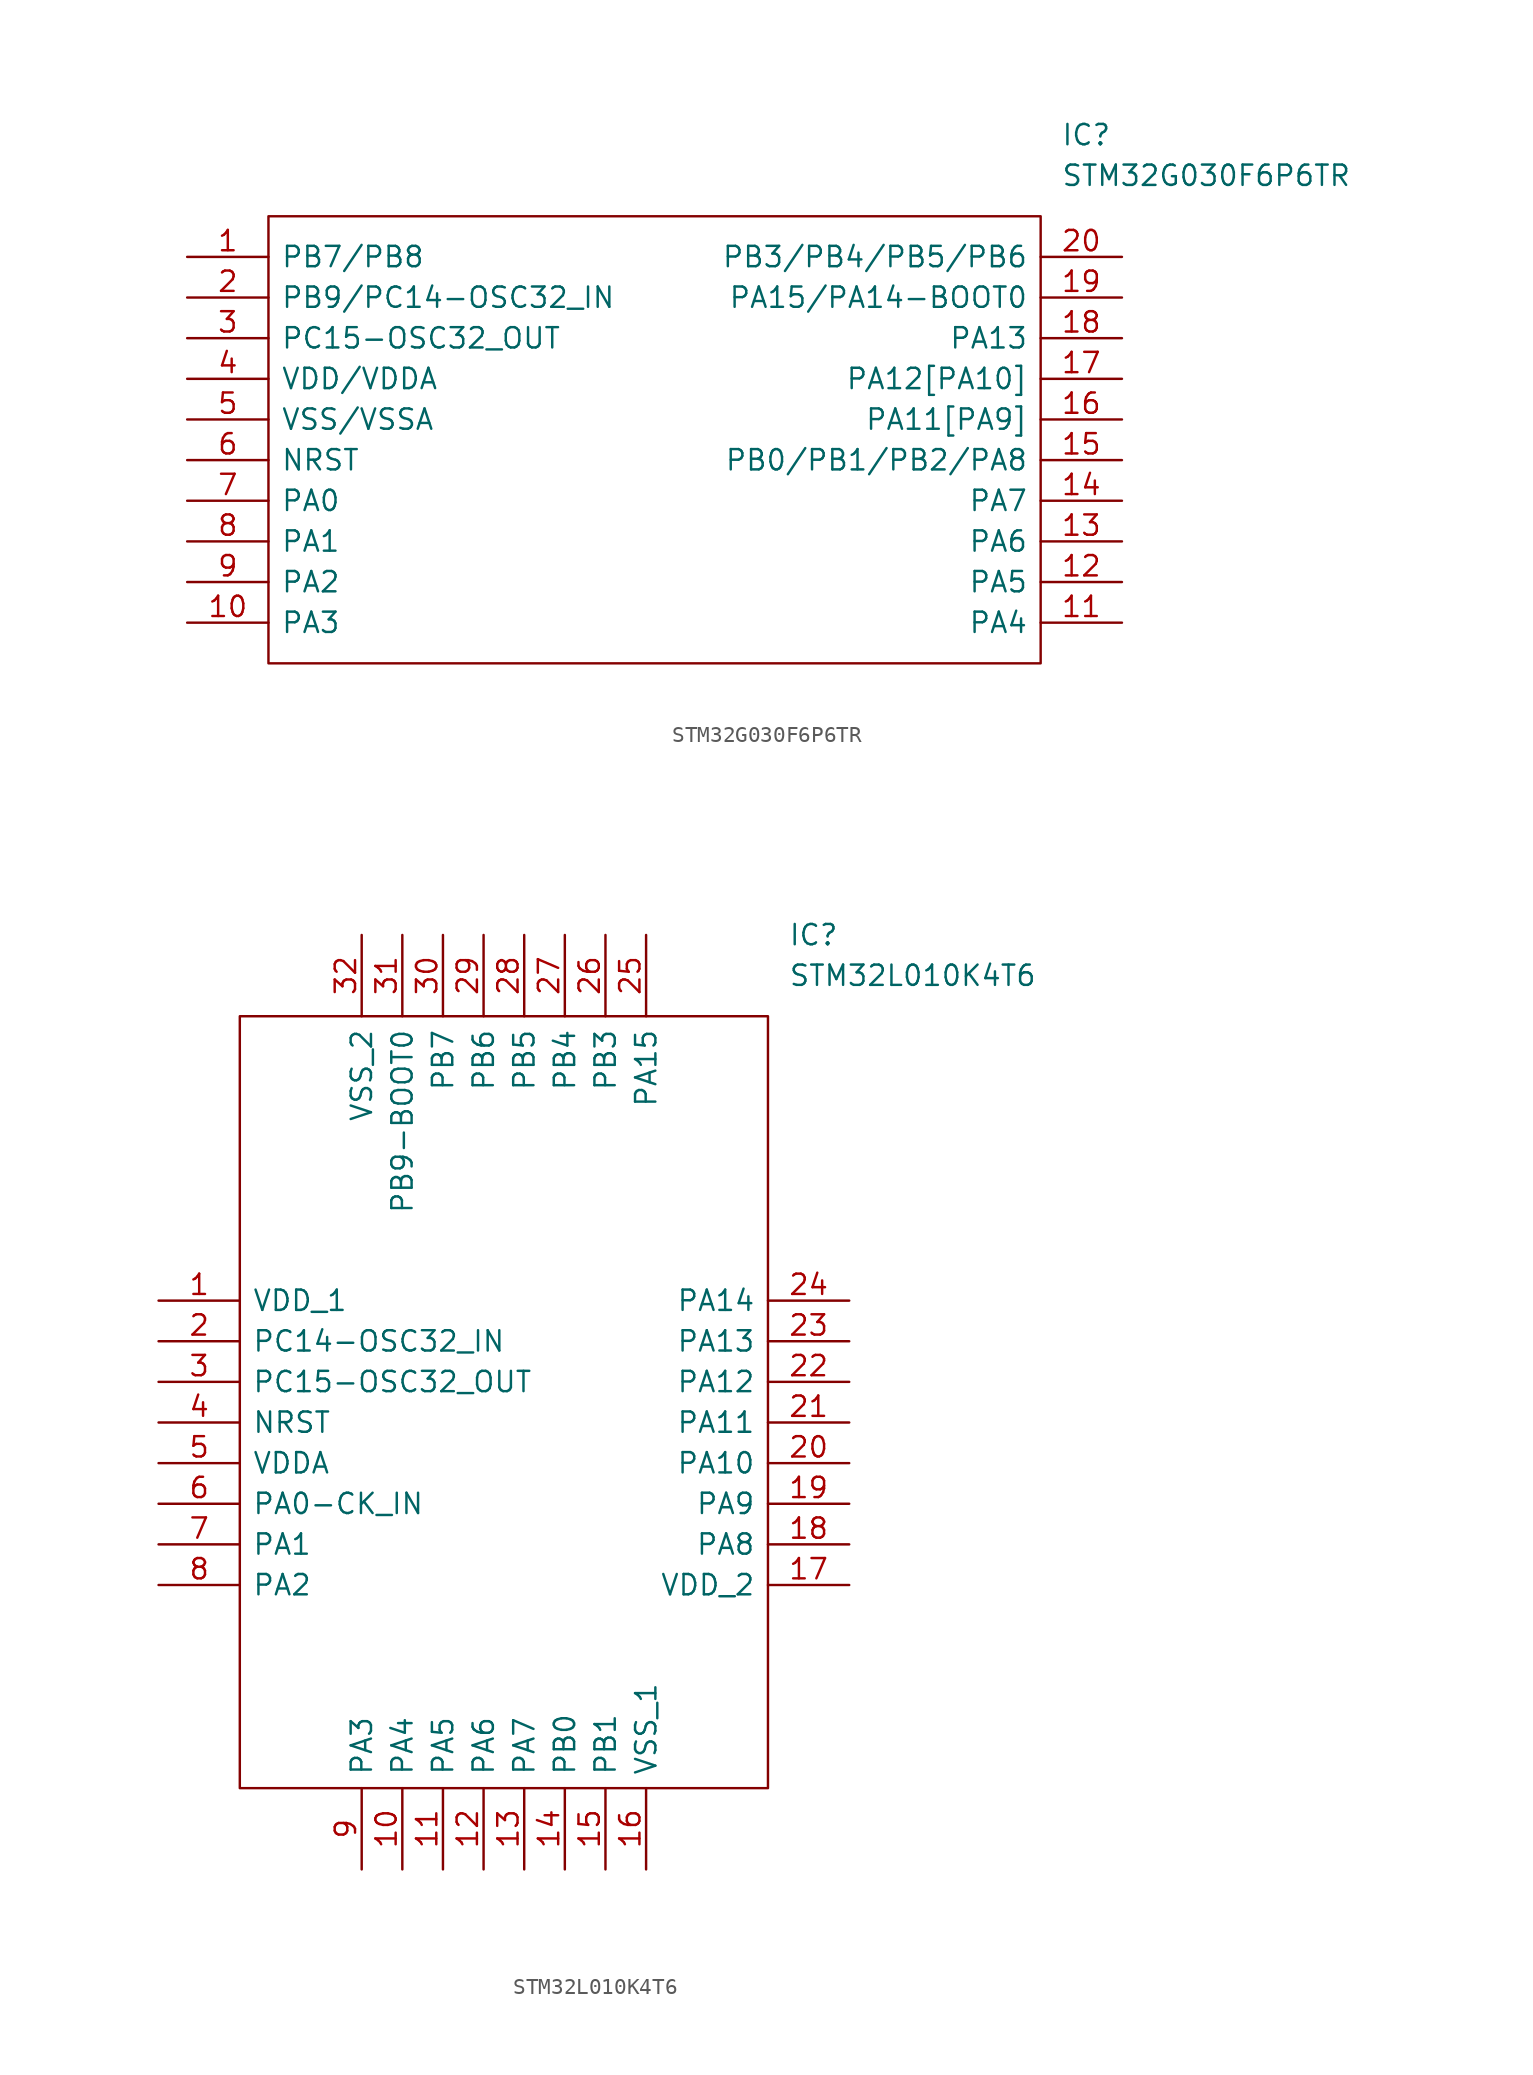
<source format=kicad_sym>
(kicad_symbol_lib
  (version 20211014)
  (generator kicad_symbol_editor)
  (symbol "STM32G030F6P6TR"
    (pin_names
      (offset 0.762))
    (property "Reference" "IC"
      (at 54.61 7.62 0)
      (effects (font (size 1.27 1.27)) (justify left)))
    (property "Value" "STM32G030F6P6TR"
      (at 54.61 5.08 0)
      (effects (font (size 1.27 1.27)) (justify left)))
    (symbol "STM32G030F6P6TR_0_0"
      (pin passive line (at 0 0 0) (length 5.08) (name "PB7/PB8" (effects (font (size 1.27 1.27)))) (number "1" (effects (font (size 1.27 1.27)))))
      (pin passive line (at 0 -22.86 0) (length 5.08) (name "PA3" (effects (font (size 1.27 1.27)))) (number "10" (effects (font (size 1.27 1.27)))))
      (pin passive line (at 58.42 -22.86 180) (length 5.08) (name "PA4" (effects (font (size 1.27 1.27)))) (number "11" (effects (font (size 1.27 1.27)))))
      (pin passive line (at 58.42 -20.32 180) (length 5.08) (name "PA5" (effects (font (size 1.27 1.27)))) (number "12" (effects (font (size 1.27 1.27)))))
      (pin passive line (at 58.42 -17.78 180) (length 5.08) (name "PA6" (effects (font (size 1.27 1.27)))) (number "13" (effects (font (size 1.27 1.27)))))
      (pin passive line (at 58.42 -15.24 180) (length 5.08) (name "PA7" (effects (font (size 1.27 1.27)))) (number "14" (effects (font (size 1.27 1.27)))))
      (pin passive line (at 58.42 -12.7 180) (length 5.08) (name "PB0/PB1/PB2/PA8" (effects (font (size 1.27 1.27)))) (number "15" (effects (font (size 1.27 1.27)))))
      (pin passive line (at 58.42 -10.16 180) (length 5.08) (name "PA11[PA9]" (effects (font (size 1.27 1.27)))) (number "16" (effects (font (size 1.27 1.27)))))
      (pin passive line (at 58.42 -7.62 180) (length 5.08) (name "PA12[PA10]" (effects (font (size 1.27 1.27)))) (number "17" (effects (font (size 1.27 1.27)))))
      (pin passive line (at 58.42 -5.08 180) (length 5.08) (name "PA13" (effects (font (size 1.27 1.27)))) (number "18" (effects (font (size 1.27 1.27)))))
      (pin passive line (at 58.42 -2.54 180) (length 5.08) (name "PA15/PA14-BOOT0" (effects (font (size 1.27 1.27)))) (number "19" (effects (font (size 1.27 1.27)))))
      (pin passive line (at 0 -2.54 0) (length 5.08) (name "PB9/PC14-OSC32_IN" (effects (font (size 1.27 1.27)))) (number "2" (effects (font (size 1.27 1.27)))))
      (pin passive line (at 58.42 0 180) (length 5.08) (name "PB3/PB4/PB5/PB6" (effects (font (size 1.27 1.27)))) (number "20" (effects (font (size 1.27 1.27)))))
      (pin passive line (at 0 -5.08 0) (length 5.08) (name "PC15-OSC32_OUT" (effects (font (size 1.27 1.27)))) (number "3" (effects (font (size 1.27 1.27)))))
      (pin passive line (at 0 -7.62 0) (length 5.08) (name "VDD/VDDA" (effects (font (size 1.27 1.27)))) (number "4" (effects (font (size 1.27 1.27)))))
      (pin passive line (at 0 -10.16 0) (length 5.08) (name "VSS/VSSA" (effects (font (size 1.27 1.27)))) (number "5" (effects (font (size 1.27 1.27)))))
      (pin passive line (at 0 -12.7 0) (length 5.08) (name "NRST" (effects (font (size 1.27 1.27)))) (number "6" (effects (font (size 1.27 1.27)))))
      (pin passive line (at 0 -15.24 0) (length 5.08) (name "PA0" (effects (font (size 1.27 1.27)))) (number "7" (effects (font (size 1.27 1.27)))))
      (pin passive line (at 0 -17.78 0) (length 5.08) (name "PA1" (effects (font (size 1.27 1.27)))) (number "8" (effects (font (size 1.27 1.27)))))
      (pin passive line (at 0 -20.32 0) (length 5.08) (name "PA2" (effects (font (size 1.27 1.27)))) (number "9" (effects (font (size 1.27 1.27))))))
    (symbol "STM32G030F6P6TR_0_1"
      (polyline (pts (xy 5.08 2.54) (xy 53.34 2.54) (xy 53.34 -25.4) (xy 5.08 -25.4) (xy 5.08 2.54)) (stroke (width 0.152) (type default) (color 0 0 0 0)) (fill (type none)))))
  (symbol "STM32L010K4T6"
    (pin_names
      (offset 0.762))
    (property "Reference" "IC"
      (at 39.37 22.86 0)
      (effects (font (size 1.27 1.27)) (justify left)))
    (property "Value" "STM32L010K4T6"
      (at 39.37 20.32 0)
      (effects (font (size 1.27 1.27)) (justify left)))
    (symbol "STM32L010K4T6_0_0"
      (pin passive line (at 0 0 0) (length 5.08) (name "VDD_1" (effects (font (size 1.27 1.27)))) (number "1" (effects (font (size 1.27 1.27)))))
      (pin passive line (at 15.24 -35.56 90) (length 5.08) (name "PA4" (effects (font (size 1.27 1.27)))) (number "10" (effects (font (size 1.27 1.27)))))
      (pin passive line (at 17.78 -35.56 90) (length 5.08) (name "PA5" (effects (font (size 1.27 1.27)))) (number "11" (effects (font (size 1.27 1.27)))))
      (pin passive line (at 20.32 -35.56 90) (length 5.08) (name "PA6" (effects (font (size 1.27 1.27)))) (number "12" (effects (font (size 1.27 1.27)))))
      (pin passive line (at 22.86 -35.56 90) (length 5.08) (name "PA7" (effects (font (size 1.27 1.27)))) (number "13" (effects (font (size 1.27 1.27)))))
      (pin passive line (at 25.4 -35.56 90) (length 5.08) (name "PB0" (effects (font (size 1.27 1.27)))) (number "14" (effects (font (size 1.27 1.27)))))
      (pin passive line (at 27.94 -35.56 90) (length 5.08) (name "PB1" (effects (font (size 1.27 1.27)))) (number "15" (effects (font (size 1.27 1.27)))))
      (pin passive line (at 30.48 -35.56 90) (length 5.08) (name "VSS_1" (effects (font (size 1.27 1.27)))) (number "16" (effects (font (size 1.27 1.27)))))
      (pin passive line (at 43.18 -17.78 180) (length 5.08) (name "VDD_2" (effects (font (size 1.27 1.27)))) (number "17" (effects (font (size 1.27 1.27)))))
      (pin passive line (at 43.18 -15.24 180) (length 5.08) (name "PA8" (effects (font (size 1.27 1.27)))) (number "18" (effects (font (size 1.27 1.27)))))
      (pin passive line (at 43.18 -12.7 180) (length 5.08) (name "PA9" (effects (font (size 1.27 1.27)))) (number "19" (effects (font (size 1.27 1.27)))))
      (pin passive line (at 0 -2.54 0) (length 5.08) (name "PC14-OSC32_IN" (effects (font (size 1.27 1.27)))) (number "2" (effects (font (size 1.27 1.27)))))
      (pin passive line (at 43.18 -10.16 180) (length 5.08) (name "PA10" (effects (font (size 1.27 1.27)))) (number "20" (effects (font (size 1.27 1.27)))))
      (pin passive line (at 43.18 -7.62 180) (length 5.08) (name "PA11" (effects (font (size 1.27 1.27)))) (number "21" (effects (font (size 1.27 1.27)))))
      (pin passive line (at 43.18 -5.08 180) (length 5.08) (name "PA12" (effects (font (size 1.27 1.27)))) (number "22" (effects (font (size 1.27 1.27)))))
      (pin passive line (at 43.18 -2.54 180) (length 5.08) (name "PA13" (effects (font (size 1.27 1.27)))) (number "23" (effects (font (size 1.27 1.27)))))
      (pin passive line (at 43.18 0 180) (length 5.08) (name "PA14" (effects (font (size 1.27 1.27)))) (number "24" (effects (font (size 1.27 1.27)))))
      (pin passive line (at 30.48 22.86 270) (length 5.08) (name "PA15" (effects (font (size 1.27 1.27)))) (number "25" (effects (font (size 1.27 1.27)))))
      (pin passive line (at 27.94 22.86 270) (length 5.08) (name "PB3" (effects (font (size 1.27 1.27)))) (number "26" (effects (font (size 1.27 1.27)))))
      (pin passive line (at 25.4 22.86 270) (length 5.08) (name "PB4" (effects (font (size 1.27 1.27)))) (number "27" (effects (font (size 1.27 1.27)))))
      (pin passive line (at 22.86 22.86 270) (length 5.08) (name "PB5" (effects (font (size 1.27 1.27)))) (number "28" (effects (font (size 1.27 1.27)))))
      (pin passive line (at 20.32 22.86 270) (length 5.08) (name "PB6" (effects (font (size 1.27 1.27)))) (number "29" (effects (font (size 1.27 1.27)))))
      (pin passive line (at 0 -5.08 0) (length 5.08) (name "PC15-OSC32_OUT" (effects (font (size 1.27 1.27)))) (number "3" (effects (font (size 1.27 1.27)))))
      (pin passive line (at 17.78 22.86 270) (length 5.08) (name "PB7" (effects (font (size 1.27 1.27)))) (number "30" (effects (font (size 1.27 1.27)))))
      (pin passive line (at 15.24 22.86 270) (length 5.08) (name "PB9-BOOT0" (effects (font (size 1.27 1.27)))) (number "31" (effects (font (size 1.27 1.27)))))
      (pin passive line (at 12.7 22.86 270) (length 5.08) (name "VSS_2" (effects (font (size 1.27 1.27)))) (number "32" (effects (font (size 1.27 1.27)))))
      (pin passive line (at 0 -7.62 0) (length 5.08) (name "NRST" (effects (font (size 1.27 1.27)))) (number "4" (effects (font (size 1.27 1.27)))))
      (pin passive line (at 0 -10.16 0) (length 5.08) (name "VDDA" (effects (font (size 1.27 1.27)))) (number "5" (effects (font (size 1.27 1.27)))))
      (pin passive line (at 0 -12.7 0) (length 5.08) (name "PA0-CK_IN" (effects (font (size 1.27 1.27)))) (number "6" (effects (font (size 1.27 1.27)))))
      (pin passive line (at 0 -15.24 0) (length 5.08) (name "PA1" (effects (font (size 1.27 1.27)))) (number "7" (effects (font (size 1.27 1.27)))))
      (pin passive line (at 0 -17.78 0) (length 5.08) (name "PA2" (effects (font (size 1.27 1.27)))) (number "8" (effects (font (size 1.27 1.27)))))
      (pin passive line (at 12.7 -35.56 90) (length 5.08) (name "PA3" (effects (font (size 1.27 1.27)))) (number "9" (effects (font (size 1.27 1.27))))))
    (symbol "STM32L010K4T6_0_1"
      (polyline (pts (xy 5.08 17.78) (xy 38.1 17.78) (xy 38.1 -30.48) (xy 5.08 -30.48) (xy 5.08 17.78)) (stroke (width 0.152) (type default) (color 0 0 0 0)) (fill (type none))))))
</source>
